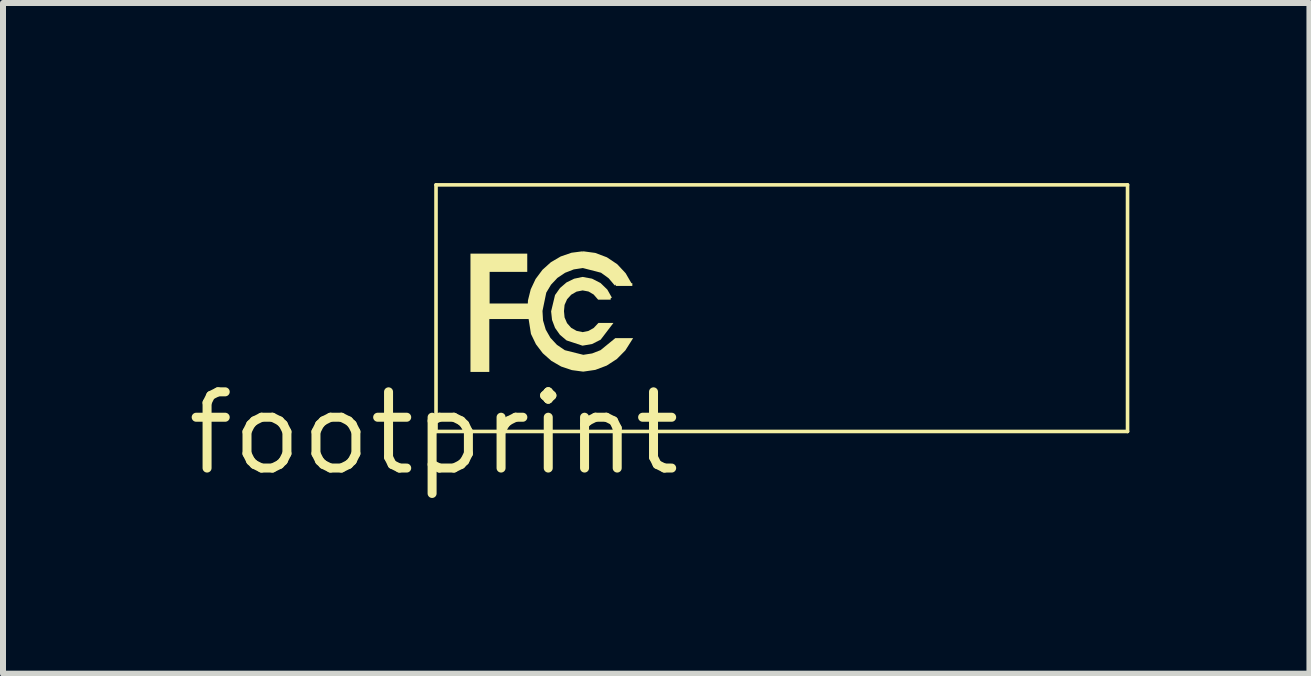
<source format=kicad_pcb>
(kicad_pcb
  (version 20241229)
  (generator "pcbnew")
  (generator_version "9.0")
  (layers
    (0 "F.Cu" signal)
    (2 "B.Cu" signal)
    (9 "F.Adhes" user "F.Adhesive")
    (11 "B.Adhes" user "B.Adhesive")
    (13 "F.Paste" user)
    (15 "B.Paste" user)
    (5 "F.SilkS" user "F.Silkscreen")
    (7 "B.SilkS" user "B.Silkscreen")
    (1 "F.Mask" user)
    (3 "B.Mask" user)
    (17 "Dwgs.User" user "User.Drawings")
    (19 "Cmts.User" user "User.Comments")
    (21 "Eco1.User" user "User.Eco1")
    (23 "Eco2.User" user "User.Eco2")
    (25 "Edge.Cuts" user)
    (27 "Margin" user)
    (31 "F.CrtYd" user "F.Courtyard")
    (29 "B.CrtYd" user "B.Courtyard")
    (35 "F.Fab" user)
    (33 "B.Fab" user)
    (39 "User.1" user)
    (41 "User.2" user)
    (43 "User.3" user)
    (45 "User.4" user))
  (footprint "footprint"
    (layer "F.Cu")
    (at 4.18 4.169)
    (property "Reference" "footprint" (at 0 0 0) (layer "F.SilkS") (effects (font (size 1.27 1.27) (thickness 0.15))))
    (fp_line (start 0.035 -4.139) (end 11.557 -4.139) (stroke (width 0.06) (type solid)) (layer "F.SilkS"))
    (fp_line (start 0.035 -0.03) (end 0.035 -4.139) (stroke (width 0.06) (type solid)) (layer "F.SilkS"))
    (fp_line (start 11.557 -4.139) (end 11.557 -0.03) (stroke (width 0.06) (type solid)) (layer "F.SilkS"))
    (fp_line (start 11.557 -0.03) (end 0.035 -0.03) (stroke (width 0.06) (type solid)) (layer "F.SilkS"))
    (fp_poly (pts (xy 1.555 -2.689) (xy 0.928 -2.689) (xy 0.928 -2.162) (xy 1.585 -2.162) (xy 1.585 -1.903) (xy 0.923 -1.903) (xy 0.923 -1.022) (xy 0.609 -1.022) (xy 0.609 -2.993) (xy 1.555 -2.993)) (stroke (width 0) (type solid)) (fill yes) (layer "F.SilkS"))
    (fp_poly (pts (xy 2.634 -2.576) (xy 2.775 -2.504) (xy 2.889 -2.394) (xy 2.965 -2.26) (xy 2.945 -2.249) (xy 2.945 -2.226) (xy 2.736 -2.226) (xy 2.661 -2.312) (xy 2.575 -2.362) (xy 2.478 -2.38) (xy 2.377 -2.36) (xy 2.288 -2.309) (xy 2.219 -2.233) (xy 2.177 -2.139) (xy 2.167 -2.035) (xy 2.177 -1.93) (xy 2.218 -1.835) (xy 2.287 -1.757) (xy 2.377 -1.706) (xy 2.478 -1.685) (xy 2.575 -1.705) (xy 2.663 -1.755) (xy 2.741 -1.838) (xy 2.991 -1.838) (xy 2.778 -1.559) (xy 2.635 -1.487) (xy 2.479 -1.46) (xy 2.474 -1.46) (xy 2.21 -1.547) (xy 2.1 -1.64) (xy 2.018 -1.756) (xy 1.968 -1.889) (xy 1.953 -2.029) (xy 1.953 -2.032) (xy 2.018 -2.303) (xy 2.101 -2.42) (xy 2.209 -2.513) (xy 2.336 -2.575) (xy 2.477 -2.605)) (stroke (width 0) (type solid)) (fill yes) (layer "F.SilkS"))
    (fp_poly (pts (xy 2.483 -3.01) (xy 2.486 -3.032) (xy 2.688 -3.005) (xy 2.882 -2.932) (xy 3.054 -2.817) (xy 3.195 -2.666) (xy 3.291 -2.5) (xy 3.306 -2.5) (xy 3.306 -2.455) (xy 3.03 -2.455) (xy 3.03 -2.478) (xy 3.013 -2.463) (xy 2.91 -2.584) (xy 2.784 -2.675) (xy 2.481 -2.753) (xy 2.33 -2.73) (xy 2.186 -2.674) (xy 2.057 -2.588) (xy 1.951 -2.475) (xy 1.872 -2.343) (xy 1.809 -2.038) (xy 1.818 -1.88) (xy 1.863 -1.727) (xy 1.942 -1.589) (xy 2.05 -1.473) (xy 2.181 -1.384) (xy 2.489 -1.307) (xy 2.636 -1.33) (xy 2.777 -1.385) (xy 3.022 -1.585) (xy 3.319 -1.585) (xy 3.19 -1.381) (xy 3.048 -1.237) (xy 2.878 -1.127) (xy 2.689 -1.056) (xy 2.489 -1.027) (xy 2.486 -1.027) (xy 2.299 -1.052) (xy 2.12 -1.112) (xy 1.956 -1.207) (xy 1.814 -1.333) (xy 1.7 -1.483) (xy 1.617 -1.655) (xy 1.559 -2.024) (xy 1.567 -2.214) (xy 1.613 -2.398) (xy 1.694 -2.57) (xy 1.808 -2.723) (xy 1.949 -2.85) (xy 2.113 -2.946) (xy 2.293 -3.008) (xy 2.48 -3.032)) (stroke (width 0) (type solid)) (fill yes) (layer "F.SilkS")))
  (gr_rect
    (start -3 -3)
    (end 18.768 8.175)
    (stroke (width 0.1) (type default))
    (fill no)
    (layer "Edge.Cuts")))
</source>
